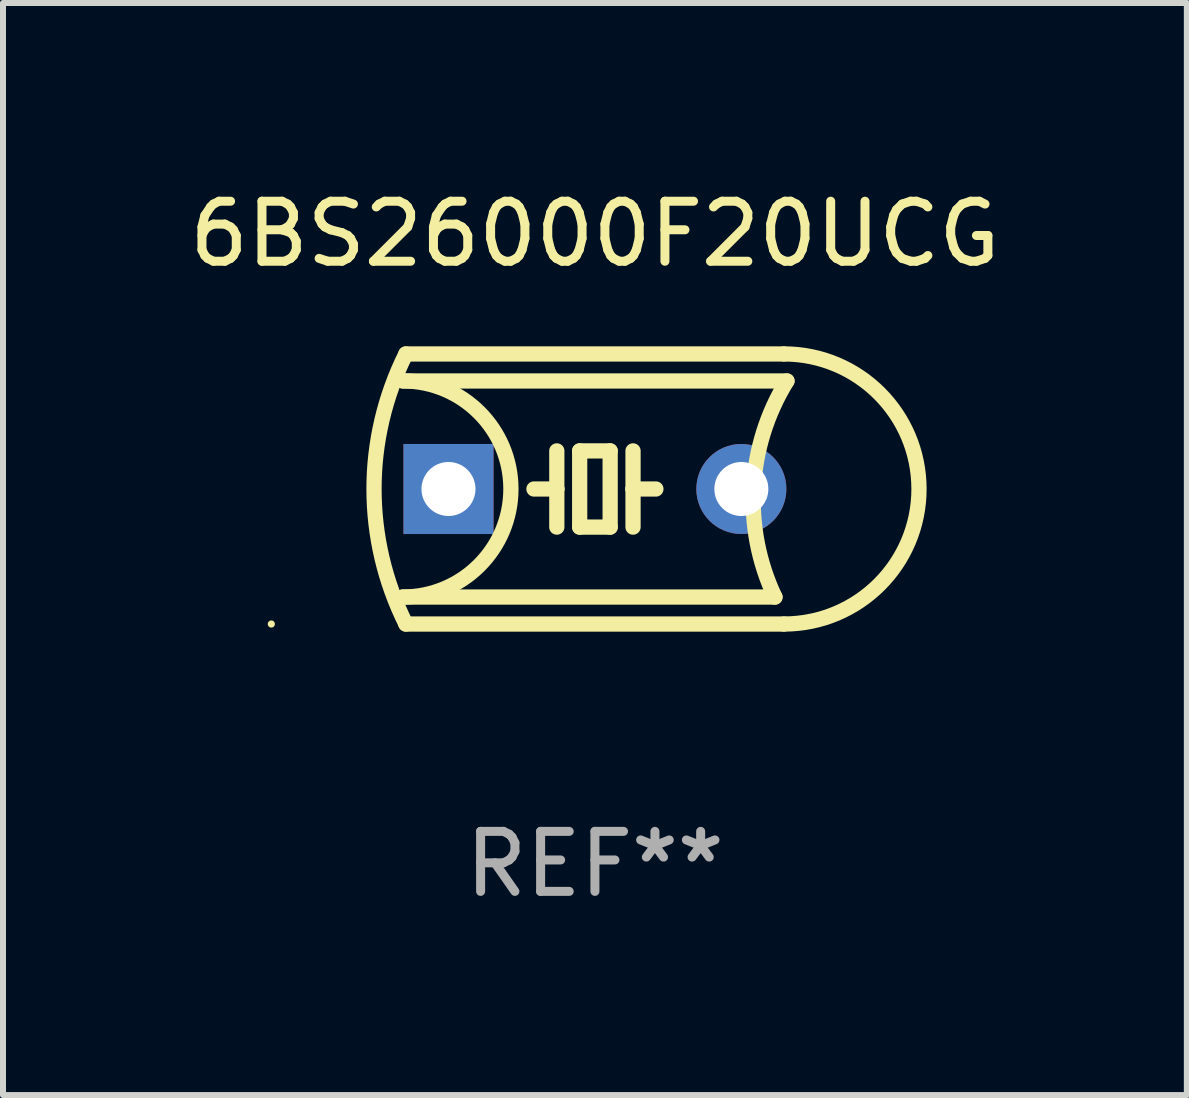
<source format=kicad_pcb>
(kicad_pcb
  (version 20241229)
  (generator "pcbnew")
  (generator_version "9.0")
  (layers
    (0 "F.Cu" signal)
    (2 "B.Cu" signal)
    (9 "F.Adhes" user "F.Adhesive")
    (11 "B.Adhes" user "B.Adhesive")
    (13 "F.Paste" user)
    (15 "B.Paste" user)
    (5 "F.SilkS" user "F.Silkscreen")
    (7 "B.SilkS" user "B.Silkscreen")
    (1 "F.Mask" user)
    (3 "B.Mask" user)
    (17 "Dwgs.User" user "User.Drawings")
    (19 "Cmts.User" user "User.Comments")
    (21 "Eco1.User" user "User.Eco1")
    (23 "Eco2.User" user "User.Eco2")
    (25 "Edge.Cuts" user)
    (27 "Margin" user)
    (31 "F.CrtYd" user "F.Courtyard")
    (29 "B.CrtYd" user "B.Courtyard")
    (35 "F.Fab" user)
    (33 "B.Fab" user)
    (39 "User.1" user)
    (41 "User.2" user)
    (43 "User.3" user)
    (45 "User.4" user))
  (footprint "6BS26000F20UCG"
    (layer "F.Cu")
    (at 6.863 5.098)
    (property "Reference" "6BS26000F20UCG" (at 0 -4.25 0) (layer "F.SilkS") (effects (font (size 1 1) (thickness 0.15))))
    (attr through_hole)
    (fp_line (start -3.2 -1.8) (end 3.2 -1.8) (stroke (width 0.254) (type solid)) (layer "F.SilkS"))
    (fp_line (start -3.15 2.25) (end 3.15 2.25) (stroke (width 0.254) (type solid)) (layer "F.SilkS"))
    (fp_line (start -0.635 -0.635) (end -0.635 0) (stroke (width 0.254) (type solid)) (layer "F.SilkS"))
    (fp_line (start -0.635 0) (end -1.016 0) (stroke (width 0.254) (type solid)) (layer "F.SilkS"))
    (fp_line (start -0.635 0) (end -0.635 0.635) (stroke (width 0.254) (type solid)) (layer "F.SilkS"))
    (fp_line (start -0.254 -0.635) (end -0.254 0.635) (stroke (width 0.254) (type solid)) (layer "F.SilkS"))
    (fp_line (start -0.254 0.635) (end 0.254 0.635) (stroke (width 0.254) (type solid)) (layer "F.SilkS"))
    (fp_line (start 0.254 -0.635) (end -0.254 -0.635) (stroke (width 0.254) (type solid)) (layer "F.SilkS"))
    (fp_line (start 0.254 0.635) (end 0.254 -0.635) (stroke (width 0.254) (type solid)) (layer "F.SilkS"))
    (fp_line (start 0.635 -0.635) (end 0.635 0) (stroke (width 0.254) (type solid)) (layer "F.SilkS"))
    (fp_line (start 0.635 0) (end 0.635 0.635) (stroke (width 0.254) (type solid)) (layer "F.SilkS"))
    (fp_line (start 0.635 0) (end 1.016 0) (stroke (width 0.254) (type solid)) (layer "F.SilkS"))
    (fp_line (start 3 1.8) (end -3.2 1.8) (stroke (width 0.254) (type solid)) (layer "F.SilkS"))
    (fp_line (start 3.15 -2.25) (end -3.15 -2.25) (stroke (width 0.254) (type solid)) (layer "F.SilkS"))
    (fp_arc (start -3.200406 -1.800864) (mid -1.399974 -0.000635) (end -3.2 1.8) (stroke (width 0.254001) (type solid)) (layer "F.SilkS"))
    (fp_arc (start -3.149606 2.250444) (mid -3.680941 0.000261) (end -3.149987 -2.250013) (stroke (width 0.254001) (type solid)) (layer "F.SilkS"))
    (fp_arc (start 2.999746 1.800863) (mid 2.642982 -0.024977) (end 3.2 -1.8) (stroke (width 0.254001) (type solid)) (layer "F.SilkS"))
    (fp_arc (start 3.149607 -2.250445) (mid 5.399848 -0.000406) (end 3.149987 2.250013) (stroke (width 0.254001) (type solid)) (layer "F.SilkS"))
    (fp_circle (center -5.392 2.25) (end -5.362 2.25) (stroke (width 0.06) (type solid)) (fill no) (layer "F.SilkS"))
    (fp_text user "REF**" (at 0 6.25 0) (layer "F.Fab") (effects (font (size 1 1) (thickness 0.15))))
    (pad "1" thru_hole rect (at -2.44 0) (size 1.5 1.5) (drill 0.9) (layers "*.Cu" "*.Mask"))
    (pad "2" thru_hole circle (at 2.44 0) (size 1.5 1.5) (drill 0.9) (layers "*.Cu" "*.Mask")))
  (gr_rect
    (start -3 -3)
    (end 16.726 15.197)
    (stroke (width 0.1) (type default))
    (fill no)
    (layer "Edge.Cuts")))
</source>
